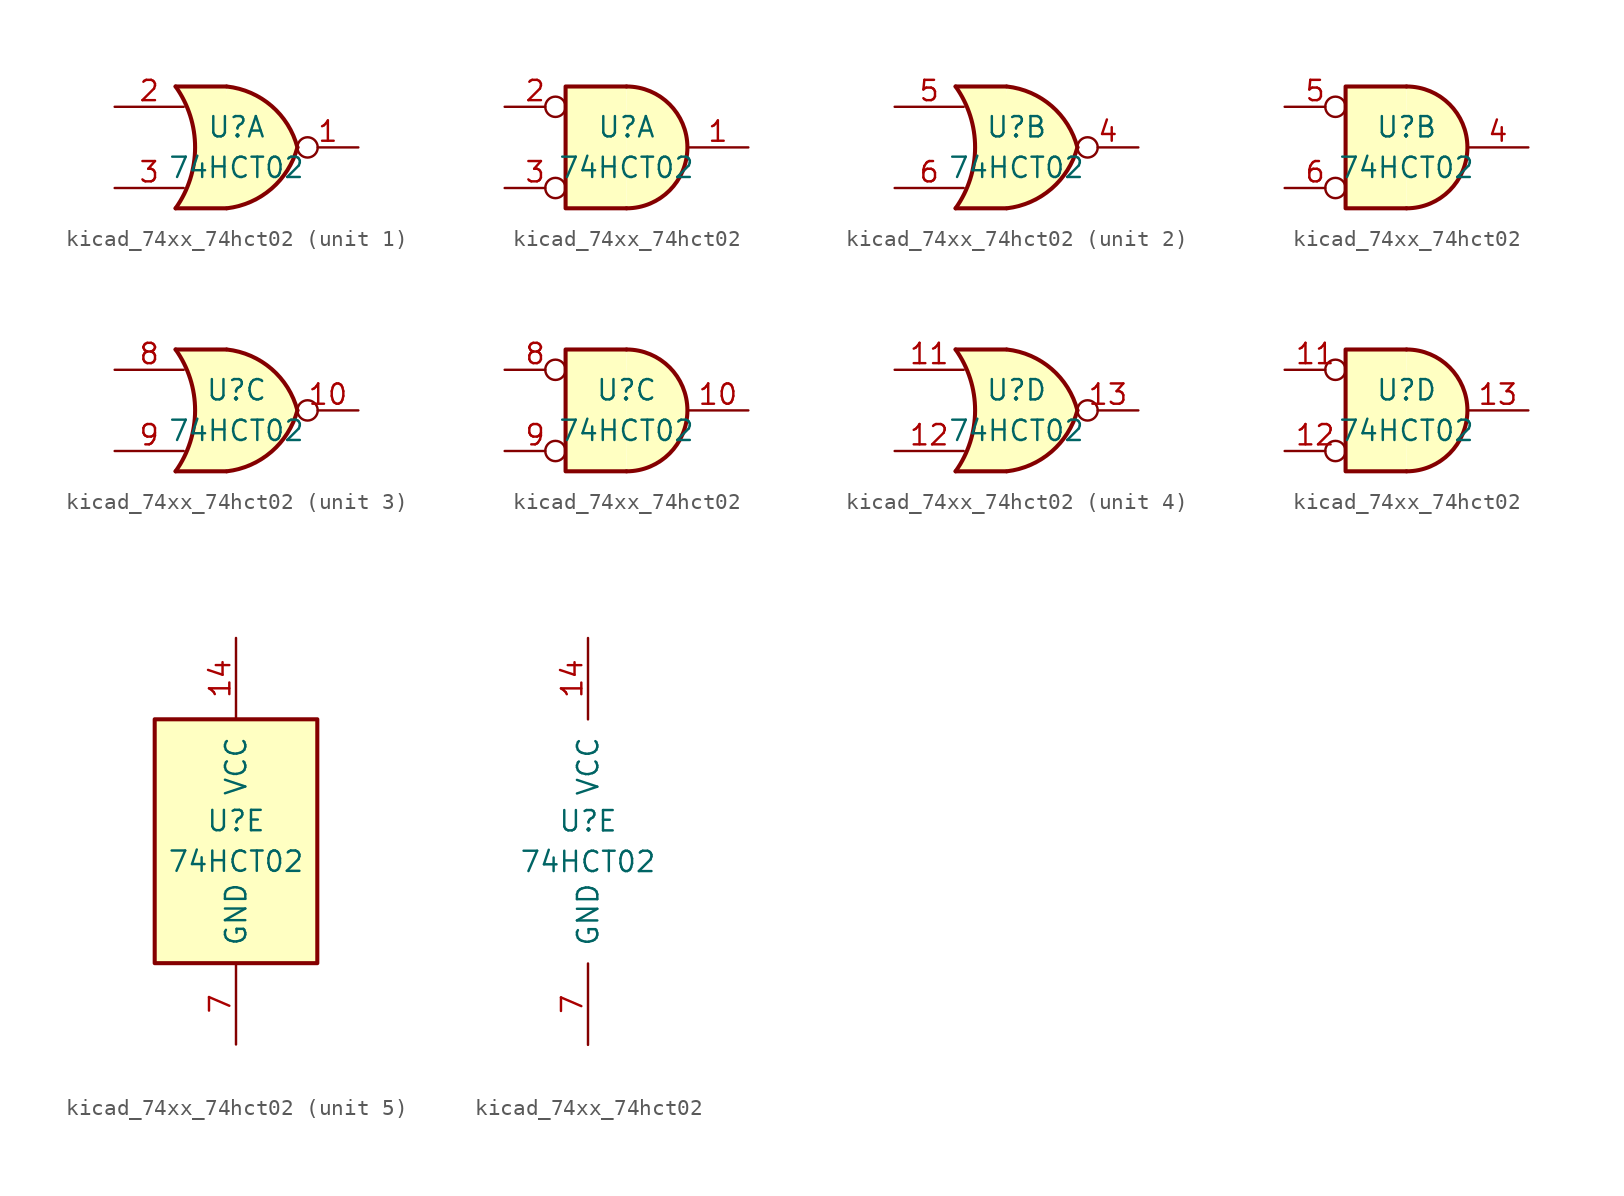
<source format=kicad_sym>
(kicad_symbol_lib
  (version 20220914)
  (generator kicad_symbol_editor)
  (symbol "kicad_74xx_74hct02"
    (pin_names
      (offset 1.016))
    (property "Reference" "U"
      (at 0 1.27 0)
      (effects (font (size 1.27 1.27))))
    (property "Value" "74HCT02"
      (at 0 -1.27 0)
      (effects (font (size 1.27 1.27))))
    (property "ki_locked" ""
      (at 0 0 0)
      (effects (font (size 1.27 1.27))))
    (symbol "kicad_74xx_74hct02_1_1"
      (arc (start -3.81 -3.81) (mid -2.589 0) (end -3.81 3.81) (stroke (width 0.254) (type default)) (fill (type none)))
      (arc (start -0.6096 -3.81) (mid 2.1842 -2.5851) (end 3.81 0) (stroke (width 0.254) (type default)) (fill (type background)))
      (polyline (pts (xy -3.81 -3.81) (xy -0.635 -3.81)) (stroke (width 0.254) (type default)) (fill (type background)))
      (polyline (pts (xy -3.81 3.81) (xy -0.635 3.81)) (stroke (width 0.254) (type default)) (fill (type background)))
      (polyline (pts (xy -0.635 3.81) (xy -3.81 3.81) (xy -3.81 3.81) (xy -3.556 3.404) (xy -3.023 2.261) (xy -2.692 1.041) (xy -2.616 -0.254) (xy -2.769 -1.499) (xy -3.175 -2.718) (xy -3.81 -3.81) (xy -3.81 -3.81) (xy -0.635 -3.81)) (stroke (width -25.4) (type default)) (fill (type background)))
      (arc (start 3.81 0) (mid 2.1915 2.5936) (end -0.6096 3.81) (stroke (width 0.254) (type default)) (fill (type background)))
      (pin output inverted (at 7.62 0 180) (length 3.81) (name "~" (effects (font (size 1.27 1.27)))) (number "1" (effects (font (size 1.27 1.27)))))
      (pin input line (at -7.62 2.54 0) (length 4.318) (name "~" (effects (font (size 1.27 1.27)))) (number "2" (effects (font (size 1.27 1.27)))))
      (pin input line (at -7.62 -2.54 0) (length 4.318) (name "~" (effects (font (size 1.27 1.27)))) (number "3" (effects (font (size 1.27 1.27))))))
    (symbol "kicad_74xx_74hct02_1_2"
      (arc (start 0 -3.81) (mid 3.7934 0) (end 0 3.81) (stroke (width 0.254) (type default)) (fill (type background)))
      (polyline (pts (xy 0 3.81) (xy -3.81 3.81) (xy -3.81 -3.81) (xy 0 -3.81)) (stroke (width 0.254) (type default)) (fill (type background)))
      (pin output line (at 7.62 0 180) (length 3.81) (name "~" (effects (font (size 1.27 1.27)))) (number "1" (effects (font (size 1.27 1.27)))))
      (pin input inverted (at -7.62 2.54 0) (length 3.81) (name "~" (effects (font (size 1.27 1.27)))) (number "2" (effects (font (size 1.27 1.27)))))
      (pin input inverted (at -7.62 -2.54 0) (length 3.81) (name "~" (effects (font (size 1.27 1.27)))) (number "3" (effects (font (size 1.27 1.27))))))
    (symbol "kicad_74xx_74hct02_2_1"
      (arc (start -3.81 -3.81) (mid -2.589 0) (end -3.81 3.81) (stroke (width 0.254) (type default)) (fill (type none)))
      (arc (start -0.6096 -3.81) (mid 2.1842 -2.5851) (end 3.81 0) (stroke (width 0.254) (type default)) (fill (type background)))
      (polyline (pts (xy -3.81 -3.81) (xy -0.635 -3.81)) (stroke (width 0.254) (type default)) (fill (type background)))
      (polyline (pts (xy -3.81 3.81) (xy -0.635 3.81)) (stroke (width 0.254) (type default)) (fill (type background)))
      (polyline (pts (xy -0.635 3.81) (xy -3.81 3.81) (xy -3.81 3.81) (xy -3.556 3.404) (xy -3.023 2.261) (xy -2.692 1.041) (xy -2.616 -0.254) (xy -2.769 -1.499) (xy -3.175 -2.718) (xy -3.81 -3.81) (xy -3.81 -3.81) (xy -0.635 -3.81)) (stroke (width -25.4) (type default)) (fill (type background)))
      (arc (start 3.81 0) (mid 2.1915 2.5936) (end -0.6096 3.81) (stroke (width 0.254) (type default)) (fill (type background)))
      (pin output inverted (at 7.62 0 180) (length 3.81) (name "~" (effects (font (size 1.27 1.27)))) (number "4" (effects (font (size 1.27 1.27)))))
      (pin input line (at -7.62 2.54 0) (length 4.318) (name "~" (effects (font (size 1.27 1.27)))) (number "5" (effects (font (size 1.27 1.27)))))
      (pin input line (at -7.62 -2.54 0) (length 4.318) (name "~" (effects (font (size 1.27 1.27)))) (number "6" (effects (font (size 1.27 1.27))))))
    (symbol "kicad_74xx_74hct02_2_2"
      (arc (start 0 -3.81) (mid 3.7934 0) (end 0 3.81) (stroke (width 0.254) (type default)) (fill (type background)))
      (polyline (pts (xy 0 3.81) (xy -3.81 3.81) (xy -3.81 -3.81) (xy 0 -3.81)) (stroke (width 0.254) (type default)) (fill (type background)))
      (pin output line (at 7.62 0 180) (length 3.81) (name "~" (effects (font (size 1.27 1.27)))) (number "4" (effects (font (size 1.27 1.27)))))
      (pin input inverted (at -7.62 2.54 0) (length 3.81) (name "~" (effects (font (size 1.27 1.27)))) (number "5" (effects (font (size 1.27 1.27)))))
      (pin input inverted (at -7.62 -2.54 0) (length 3.81) (name "~" (effects (font (size 1.27 1.27)))) (number "6" (effects (font (size 1.27 1.27))))))
    (symbol "kicad_74xx_74hct02_3_1"
      (arc (start -3.81 -3.81) (mid -2.589 0) (end -3.81 3.81) (stroke (width 0.254) (type default)) (fill (type none)))
      (arc (start -0.6096 -3.81) (mid 2.1842 -2.5851) (end 3.81 0) (stroke (width 0.254) (type default)) (fill (type background)))
      (polyline (pts (xy -3.81 -3.81) (xy -0.635 -3.81)) (stroke (width 0.254) (type default)) (fill (type background)))
      (polyline (pts (xy -3.81 3.81) (xy -0.635 3.81)) (stroke (width 0.254) (type default)) (fill (type background)))
      (polyline (pts (xy -0.635 3.81) (xy -3.81 3.81) (xy -3.81 3.81) (xy -3.556 3.404) (xy -3.023 2.261) (xy -2.692 1.041) (xy -2.616 -0.254) (xy -2.769 -1.499) (xy -3.175 -2.718) (xy -3.81 -3.81) (xy -3.81 -3.81) (xy -0.635 -3.81)) (stroke (width -25.4) (type default)) (fill (type background)))
      (arc (start 3.81 0) (mid 2.1915 2.5936) (end -0.6096 3.81) (stroke (width 0.254) (type default)) (fill (type background)))
      (pin output inverted (at 7.62 0 180) (length 3.81) (name "~" (effects (font (size 1.27 1.27)))) (number "10" (effects (font (size 1.27 1.27)))))
      (pin input line (at -7.62 2.54 0) (length 4.318) (name "~" (effects (font (size 1.27 1.27)))) (number "8" (effects (font (size 1.27 1.27)))))
      (pin input line (at -7.62 -2.54 0) (length 4.318) (name "~" (effects (font (size 1.27 1.27)))) (number "9" (effects (font (size 1.27 1.27))))))
    (symbol "kicad_74xx_74hct02_3_2"
      (arc (start 0 -3.81) (mid 3.7934 0) (end 0 3.81) (stroke (width 0.254) (type default)) (fill (type background)))
      (polyline (pts (xy 0 3.81) (xy -3.81 3.81) (xy -3.81 -3.81) (xy 0 -3.81)) (stroke (width 0.254) (type default)) (fill (type background)))
      (pin output line (at 7.62 0 180) (length 3.81) (name "~" (effects (font (size 1.27 1.27)))) (number "10" (effects (font (size 1.27 1.27)))))
      (pin input inverted (at -7.62 2.54 0) (length 3.81) (name "~" (effects (font (size 1.27 1.27)))) (number "8" (effects (font (size 1.27 1.27)))))
      (pin input inverted (at -7.62 -2.54 0) (length 3.81) (name "~" (effects (font (size 1.27 1.27)))) (number "9" (effects (font (size 1.27 1.27))))))
    (symbol "kicad_74xx_74hct02_4_1"
      (arc (start -3.81 -3.81) (mid -2.589 0) (end -3.81 3.81) (stroke (width 0.254) (type default)) (fill (type none)))
      (arc (start -0.6096 -3.81) (mid 2.1842 -2.5851) (end 3.81 0) (stroke (width 0.254) (type default)) (fill (type background)))
      (polyline (pts (xy -3.81 -3.81) (xy -0.635 -3.81)) (stroke (width 0.254) (type default)) (fill (type background)))
      (polyline (pts (xy -3.81 3.81) (xy -0.635 3.81)) (stroke (width 0.254) (type default)) (fill (type background)))
      (polyline (pts (xy -0.635 3.81) (xy -3.81 3.81) (xy -3.81 3.81) (xy -3.556 3.404) (xy -3.023 2.261) (xy -2.692 1.041) (xy -2.616 -0.254) (xy -2.769 -1.499) (xy -3.175 -2.718) (xy -3.81 -3.81) (xy -3.81 -3.81) (xy -0.635 -3.81)) (stroke (width -25.4) (type default)) (fill (type background)))
      (arc (start 3.81 0) (mid 2.1915 2.5936) (end -0.6096 3.81) (stroke (width 0.254) (type default)) (fill (type background)))
      (pin input line (at -7.62 2.54 0) (length 4.318) (name "~" (effects (font (size 1.27 1.27)))) (number "11" (effects (font (size 1.27 1.27)))))
      (pin input line (at -7.62 -2.54 0) (length 4.318) (name "~" (effects (font (size 1.27 1.27)))) (number "12" (effects (font (size 1.27 1.27)))))
      (pin output inverted (at 7.62 0 180) (length 3.81) (name "~" (effects (font (size 1.27 1.27)))) (number "13" (effects (font (size 1.27 1.27))))))
    (symbol "kicad_74xx_74hct02_4_2"
      (arc (start 0 -3.81) (mid 3.7934 0) (end 0 3.81) (stroke (width 0.254) (type default)) (fill (type background)))
      (polyline (pts (xy 0 3.81) (xy -3.81 3.81) (xy -3.81 -3.81) (xy 0 -3.81)) (stroke (width 0.254) (type default)) (fill (type background)))
      (pin input inverted (at -7.62 2.54 0) (length 3.81) (name "~" (effects (font (size 1.27 1.27)))) (number "11" (effects (font (size 1.27 1.27)))))
      (pin input inverted (at -7.62 -2.54 0) (length 3.81) (name "~" (effects (font (size 1.27 1.27)))) (number "12" (effects (font (size 1.27 1.27)))))
      (pin output line (at 7.62 0 180) (length 3.81) (name "~" (effects (font (size 1.27 1.27)))) (number "13" (effects (font (size 1.27 1.27))))))
    (symbol "kicad_74xx_74hct02_5_0"
      (pin power_in line (at 0 12.7 270) (length 5.08) (name "VCC" (effects (font (size 1.27 1.27)))) (number "14" (effects (font (size 1.27 1.27)))))
      (pin power_in line (at 0 -12.7 90) (length 5.08) (name "GND" (effects (font (size 1.27 1.27)))) (number "7" (effects (font (size 1.27 1.27))))))
    (symbol "kicad_74xx_74hct02_5_1"
      (rectangle (start -5.08 7.62) (end 5.08 -7.62) (stroke (width 0.254) (type default)) (fill (type background))))))
</source>
